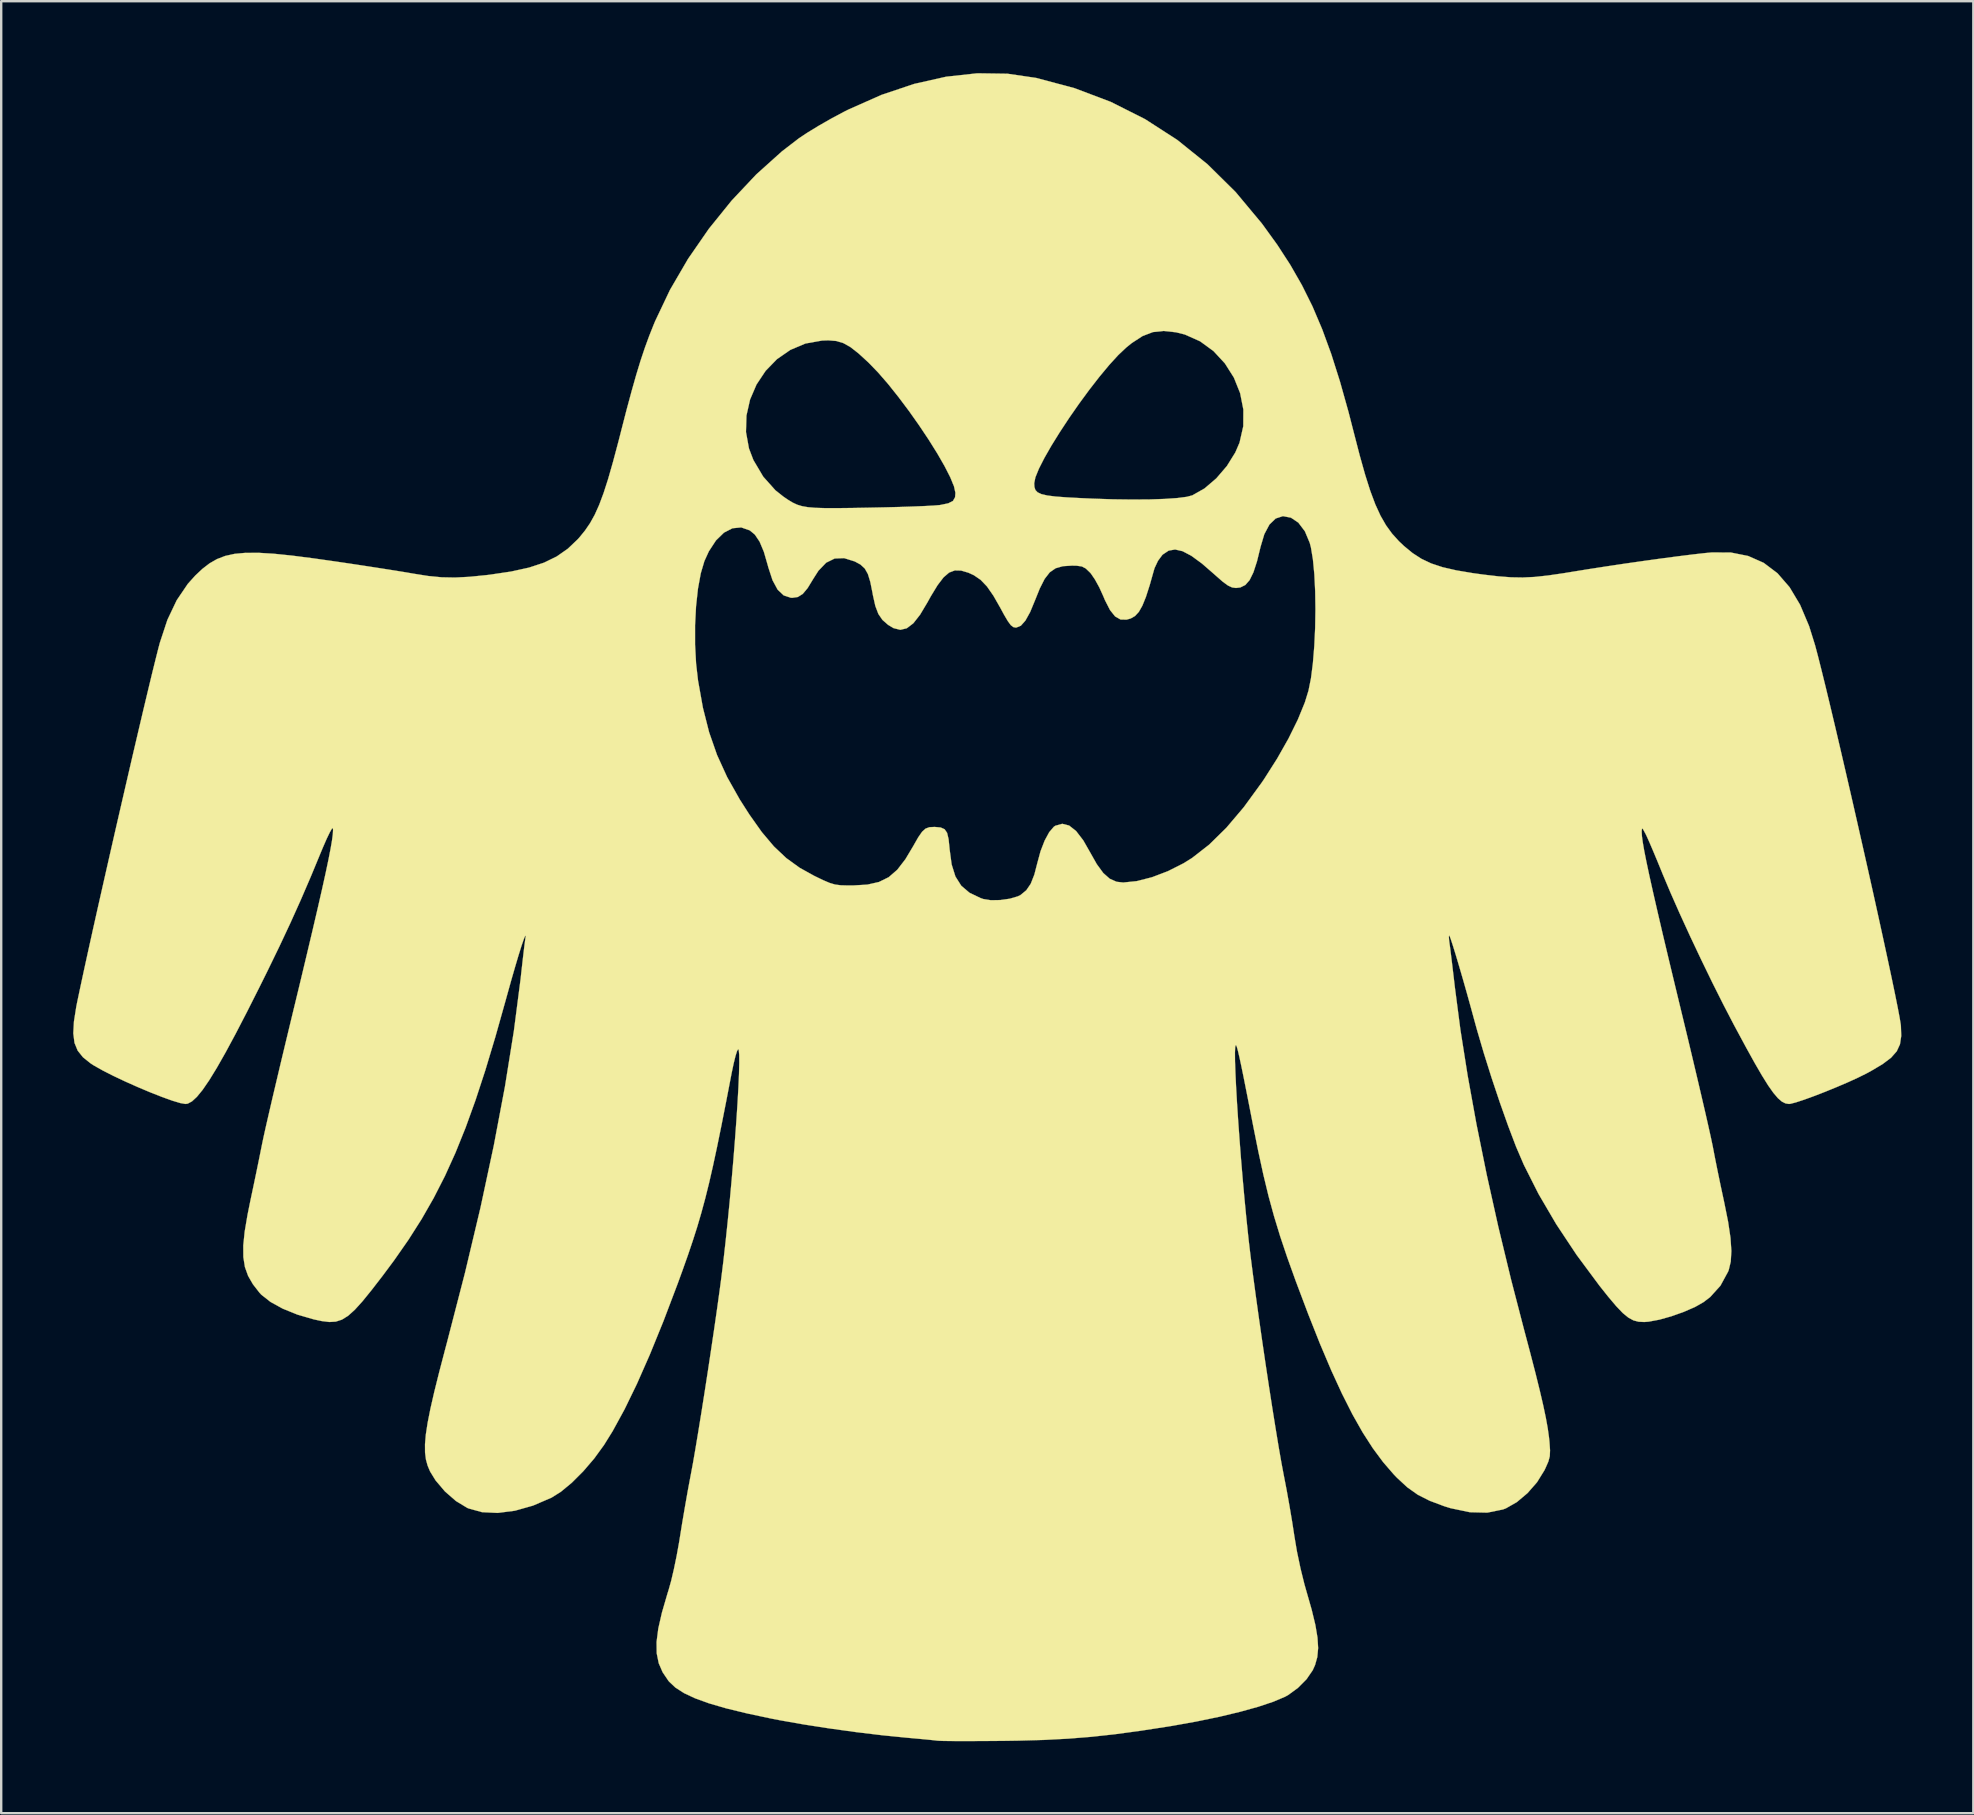
<source format=kicad_pcb>
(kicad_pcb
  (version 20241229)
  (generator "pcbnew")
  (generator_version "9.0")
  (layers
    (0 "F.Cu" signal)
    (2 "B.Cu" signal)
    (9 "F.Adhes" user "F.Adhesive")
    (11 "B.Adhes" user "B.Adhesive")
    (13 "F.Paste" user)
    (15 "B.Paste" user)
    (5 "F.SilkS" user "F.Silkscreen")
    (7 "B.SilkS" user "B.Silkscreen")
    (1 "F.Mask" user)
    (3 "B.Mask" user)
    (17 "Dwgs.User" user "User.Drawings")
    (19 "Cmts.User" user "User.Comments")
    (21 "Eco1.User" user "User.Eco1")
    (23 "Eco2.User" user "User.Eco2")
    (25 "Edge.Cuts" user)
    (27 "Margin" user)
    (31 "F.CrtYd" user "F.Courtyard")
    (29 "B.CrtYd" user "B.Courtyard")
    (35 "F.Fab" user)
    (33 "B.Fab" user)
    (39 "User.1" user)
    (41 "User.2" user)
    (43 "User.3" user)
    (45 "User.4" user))
  (footprint "F.Silk_g837"
    (layer "F.Cu")
    (at 36.157 36.102)
    (property "Reference" "F.Silk_g837" (at 0 0 0) (layer "F.SilkS") (effects (font (size 1.524 1.524) (thickness 0.3))))
    (attr through_hole)
    (fp_poly (pts (xy 2.783 -36.079) (xy 3.979 -35.904) (xy 5.577 -35.477) (xy 7.089 -34.905) (xy 8.515 -34.187) (xy 9.856 -33.322) (xy 11.113 -32.311) (xy 12.286 -31.153) (xy 13.376 -29.847) (xy 13.412 -29.799) (xy 14.023 -28.954) (xy 14.566 -28.118) (xy 15.053 -27.268) (xy 15.494 -26.38) (xy 15.898 -25.43) (xy 16.276 -24.396) (xy 16.638 -23.254) (xy 16.995 -21.981) (xy 17.215 -21.124) (xy 17.461 -20.173) (xy 17.687 -19.369) (xy 17.901 -18.695) (xy 18.112 -18.131) (xy 18.329 -17.658) (xy 18.559 -17.258) (xy 18.811 -16.911) (xy 19.093 -16.599) (xy 19.306 -16.397) (xy 19.666 -16.101) (xy 20.035 -15.862) (xy 20.443 -15.669) (xy 20.918 -15.512) (xy 21.489 -15.381) (xy 22.184 -15.264) (xy 22.645 -15.201) (xy 23.248 -15.131) (xy 23.771 -15.091) (xy 24.259 -15.083) (xy 24.757 -15.107) (xy 25.308 -15.167) (xy 25.959 -15.262) (xy 26.318 -15.321) (xy 26.999 -15.431) (xy 27.741 -15.546) (xy 28.515 -15.662) (xy 29.292 -15.773) (xy 30.042 -15.877) (xy 30.736 -15.968) (xy 31.345 -16.044) (xy 31.84 -16.1) (xy 32.131 -16.127) (xy 32.931 -16.124) (xy 33.653 -15.98) (xy 34.299 -15.694) (xy 34.873 -15.261) (xy 35.377 -14.68) (xy 35.815 -13.948) (xy 36.19 -13.061) (xy 36.44 -12.26) (xy 36.559 -11.811) (xy 36.704 -11.237) (xy 36.873 -10.552) (xy 37.061 -9.772) (xy 37.266 -8.91) (xy 37.483 -7.983) (xy 37.71 -7.005) (xy 37.944 -5.991) (xy 38.18 -4.956) (xy 38.416 -3.915) (xy 38.649 -2.883) (xy 38.874 -1.875) (xy 39.088 -0.905) (xy 39.288 0.01) (xy 39.471 0.856) (xy 39.634 1.619) (xy 39.772 2.283) (xy 39.883 2.834) (xy 39.963 3.256) (xy 40.009 3.534) (xy 40.017 3.604) (xy 40.031 4.024) (xy 39.979 4.369) (xy 39.843 4.663) (xy 39.606 4.932) (xy 39.25 5.2) (xy 38.757 5.492) (xy 38.59 5.582) (xy 38.244 5.754) (xy 37.821 5.948) (xy 37.352 6.149) (xy 36.868 6.347) (xy 36.401 6.528) (xy 35.981 6.681) (xy 35.639 6.793) (xy 35.408 6.852) (xy 35.352 6.858) (xy 35.207 6.835) (xy 35.056 6.759) (xy 34.891 6.616) (xy 34.704 6.396) (xy 34.485 6.086) (xy 34.227 5.673) (xy 33.922 5.147) (xy 33.561 4.495) (xy 33.135 3.705) (xy 33.055 3.556) (xy 32.623 2.725) (xy 32.162 1.807) (xy 31.693 0.841) (xy 31.232 -0.134) (xy 30.798 -1.081) (xy 30.41 -1.96) (xy 30.084 -2.733) (xy 30.06 -2.794) (xy 29.87 -3.257) (xy 29.691 -3.686) (xy 29.536 -4.048) (xy 29.42 -4.307) (xy 29.373 -4.403) (xy 29.273 -4.586) (xy 29.228 -4.629) (xy 29.215 -4.541) (xy 29.214 -4.47) (xy 29.224 -4.301) (xy 29.259 -4.044) (xy 29.32 -3.691) (xy 29.411 -3.235) (xy 29.531 -2.668) (xy 29.684 -1.982) (xy 29.87 -1.169) (xy 30.091 -0.221) (xy 30.35 0.868) (xy 30.648 2.108) (xy 30.913 3.204) (xy 31.126 4.086) (xy 31.331 4.946) (xy 31.525 5.766) (xy 31.703 6.525) (xy 31.861 7.205) (xy 31.993 7.786) (xy 32.096 8.25) (xy 32.165 8.576) (xy 32.183 8.665) (xy 32.266 9.098) (xy 32.374 9.636) (xy 32.495 10.221) (xy 32.617 10.792) (xy 32.654 10.964) (xy 32.816 11.772) (xy 32.915 12.44) (xy 32.951 12.986) (xy 32.926 13.426) (xy 32.841 13.78) (xy 32.816 13.843) (xy 32.497 14.43) (xy 32.074 14.899) (xy 31.798 15.113) (xy 31.435 15.32) (xy 30.968 15.523) (xy 30.454 15.706) (xy 29.948 15.848) (xy 29.504 15.931) (xy 29.32 15.945) (xy 29.086 15.934) (xy 28.871 15.878) (xy 28.657 15.761) (xy 28.423 15.569) (xy 28.151 15.284) (xy 27.819 14.891) (xy 27.45 14.427) (xy 26.503 13.15) (xy 25.653 11.869) (xy 24.915 10.609) (xy 24.301 9.391) (xy 23.977 8.636) (xy 23.647 7.767) (xy 23.3 6.789) (xy 22.956 5.76) (xy 22.634 4.737) (xy 22.352 3.777) (xy 22.256 3.429) (xy 22.093 2.831) (xy 21.926 2.23) (xy 21.761 1.649) (xy 21.604 1.111) (xy 21.463 0.638) (xy 21.344 0.254) (xy 21.255 -0.018) (xy 21.201 -0.157) (xy 21.194 -0.168) (xy 21.176 -0.123) (xy 21.188 0.043) (xy 21.199 0.127) (xy 21.226 0.321) (xy 21.267 0.649) (xy 21.319 1.075) (xy 21.377 1.564) (xy 21.427 1.99) (xy 21.659 3.768) (xy 21.961 5.678) (xy 22.327 7.696) (xy 22.754 9.801) (xy 23.237 11.972) (xy 23.772 14.186) (xy 24.298 16.214) (xy 24.564 17.217) (xy 24.786 18.074) (xy 24.966 18.802) (xy 25.109 19.416) (xy 25.218 19.933) (xy 25.297 20.369) (xy 25.349 20.741) (xy 25.371 20.953) (xy 25.394 21.294) (xy 25.383 21.539) (xy 25.325 21.759) (xy 25.208 22.025) (xy 25.157 22.131) (xy 24.853 22.622) (xy 24.457 23.075) (xy 24.011 23.451) (xy 23.555 23.711) (xy 23.435 23.757) (xy 22.78 23.89) (xy 22.053 23.873) (xy 21.25 23.705) (xy 20.985 23.623) (xy 20.375 23.394) (xy 19.88 23.143) (xy 19.444 22.834) (xy 19.012 22.434) (xy 18.872 22.287) (xy 18.436 21.782) (xy 18.009 21.206) (xy 17.585 20.547) (xy 17.159 19.795) (xy 16.725 18.936) (xy 16.276 17.96) (xy 15.807 16.854) (xy 15.312 15.606) (xy 14.784 14.206) (xy 14.781 14.196) (xy 14.44 13.247) (xy 14.148 12.377) (xy 13.893 11.541) (xy 13.663 10.7) (xy 13.448 9.811) (xy 13.235 8.832) (xy 13.042 7.87) (xy 12.872 7.001) (xy 12.731 6.285) (xy 12.616 5.707) (xy 12.523 5.255) (xy 12.45 4.916) (xy 12.394 4.674) (xy 12.352 4.517) (xy 12.322 4.431) (xy 12.299 4.403) (xy 12.297 4.403) (xy 12.272 4.484) (xy 12.262 4.717) (xy 12.265 5.084) (xy 12.282 5.568) (xy 12.31 6.152) (xy 12.348 6.818) (xy 12.396 7.55) (xy 12.452 8.33) (xy 12.514 9.141) (xy 12.583 9.966) (xy 12.657 10.787) (xy 12.734 11.588) (xy 12.814 12.351) (xy 12.833 12.528) (xy 12.91 13.179) (xy 13.008 13.944) (xy 13.123 14.799) (xy 13.251 15.718) (xy 13.388 16.676) (xy 13.531 17.648) (xy 13.676 18.607) (xy 13.819 19.528) (xy 13.957 20.387) (xy 14.084 21.157) (xy 14.199 21.814) (xy 14.296 22.33) (xy 14.307 22.384) (xy 14.419 22.966) (xy 14.537 23.624) (xy 14.647 24.278) (xy 14.735 24.848) (xy 14.736 24.857) (xy 14.846 25.509) (xy 14.993 26.21) (xy 15.157 26.875) (xy 15.242 27.173) (xy 15.461 27.939) (xy 15.614 28.573) (xy 15.702 29.097) (xy 15.729 29.535) (xy 15.694 29.909) (xy 15.601 30.241) (xy 15.503 30.459) (xy 15.245 30.834) (xy 14.884 31.197) (xy 14.479 31.492) (xy 14.351 31.563) (xy 13.87 31.767) (xy 13.24 31.978) (xy 12.481 32.189) (xy 11.614 32.397) (xy 10.657 32.595) (xy 9.632 32.779) (xy 9.457 32.807) (xy 8.296 32.986) (xy 7.248 33.127) (xy 6.266 33.234) (xy 5.299 33.311) (xy 4.298 33.363) (xy 3.213 33.393) (xy 2.625 33.402) (xy 1.979 33.407) (xy 1.377 33.41) (xy 0.844 33.411) (xy 0.403 33.409) (xy 0.079 33.404) (xy -0.106 33.397) (xy -0.127 33.395) (xy -0.309 33.374) (xy -0.617 33.343) (xy -1.007 33.307) (xy -1.438 33.268) (xy -1.439 33.268) (xy -2.439 33.168) (xy -3.521 33.038) (xy -4.629 32.885) (xy -5.706 32.718) (xy -6.695 32.544) (xy -7.07 32.471) (xy -8.085 32.255) (xy -8.944 32.046) (xy -9.658 31.838) (xy -10.241 31.627) (xy -10.703 31.41) (xy -11.059 31.18) (xy -11.32 30.934) (xy -11.352 30.895) (xy -11.591 30.541) (xy -11.753 30.167) (xy -11.837 29.753) (xy -11.843 29.278) (xy -11.771 28.719) (xy -11.62 28.057) (xy -11.391 27.27) (xy -11.339 27.104) (xy -11.234 26.73) (xy -11.12 26.242) (xy -11.007 25.694) (xy -10.907 25.142) (xy -10.875 24.945) (xy -10.778 24.34) (xy -10.662 23.659) (xy -10.542 22.978) (xy -10.429 22.374) (xy -10.412 22.286) (xy -10.326 21.826) (xy -10.222 21.224) (xy -10.103 20.509) (xy -9.973 19.708) (xy -9.837 18.847) (xy -9.699 17.955) (xy -9.564 17.057) (xy -9.434 16.181) (xy -9.315 15.354) (xy -9.211 14.603) (xy -9.149 14.139) (xy -9.057 13.398) (xy -8.967 12.6) (xy -8.879 11.763) (xy -8.794 10.903) (xy -8.715 10.036) (xy -8.641 9.178) (xy -8.575 8.346) (xy -8.517 7.556) (xy -8.469 6.825) (xy -8.432 6.168) (xy -8.407 5.602) (xy -8.396 5.144) (xy -8.399 4.81) (xy -8.417 4.616) (xy -8.442 4.572) (xy -8.488 4.65) (xy -8.555 4.863) (xy -8.632 5.177) (xy -8.713 5.562) (xy -8.714 5.567) (xy -8.939 6.734) (xy -9.14 7.755) (xy -9.323 8.651) (xy -9.493 9.442) (xy -9.655 10.15) (xy -9.815 10.794) (xy -9.978 11.396) (xy -10.148 11.977) (xy -10.333 12.556) (xy -10.536 13.156) (xy -10.763 13.796) (xy -10.969 14.361) (xy -11.558 15.913) (xy -12.123 17.301) (xy -12.663 18.525) (xy -13.179 19.587) (xy -13.673 20.491) (xy -14.032 21.069) (xy -14.443 21.635) (xy -14.901 22.169) (xy -15.374 22.642) (xy -15.833 23.022) (xy -16.222 23.266) (xy -16.993 23.597) (xy -17.747 23.81) (xy -18.463 23.902) (xy -19.116 23.871) (xy -19.685 23.713) (xy -19.732 23.693) (xy -20.204 23.407) (xy -20.662 23.008) (xy -21.054 22.546) (xy -21.283 22.173) (xy -21.384 21.934) (xy -21.455 21.676) (xy -21.492 21.383) (xy -21.494 21.04) (xy -21.459 20.632) (xy -21.384 20.143) (xy -21.268 19.558) (xy -21.109 18.863) (xy -20.904 18.04) (xy -20.652 17.076) (xy -20.567 16.757) (xy -19.828 13.898) (xy -19.181 11.177) (xy -18.627 8.591) (xy -18.163 6.138) (xy -17.79 3.815) (xy -17.506 1.618) (xy -17.487 1.439) (xy -17.436 0.984) (xy -17.389 0.575) (xy -17.35 0.247) (xy -17.322 0.038) (xy -17.316 0) (xy -17.298 -0.149) (xy -17.32 -0.147) (xy -17.378 -0.007) (xy -17.469 0.258) (xy -17.588 0.636) (xy -17.731 1.115) (xy -17.894 1.68) (xy -18.073 2.321) (xy -18.133 2.538) (xy -18.564 4.069) (xy -18.98 5.452) (xy -19.39 6.703) (xy -19.802 7.843) (xy -20.224 8.89) (xy -20.665 9.862) (xy -21.133 10.778) (xy -21.636 11.657) (xy -22.183 12.517) (xy -22.783 13.377) (xy -23.271 14.033) (xy -23.728 14.624) (xy -24.105 15.088) (xy -24.423 15.439) (xy -24.701 15.688) (xy -24.958 15.847) (xy -25.212 15.929) (xy -25.485 15.945) (xy -25.793 15.907) (xy -26.131 15.835) (xy -26.812 15.637) (xy -27.424 15.389) (xy -27.937 15.106) (xy -28.32 14.803) (xy -28.394 14.722) (xy -28.666 14.372) (xy -28.866 14.025) (xy -28.999 13.656) (xy -29.065 13.241) (xy -29.068 12.755) (xy -29.009 12.176) (xy -28.891 11.478) (xy -28.77 10.88) (xy -28.651 10.318) (xy -28.528 9.73) (xy -28.413 9.17) (xy -28.317 8.693) (xy -28.28 8.509) (xy -28.224 8.243) (xy -28.133 7.832) (xy -28.01 7.297) (xy -27.862 6.657) (xy -27.691 5.932) (xy -27.504 5.142) (xy -27.304 4.307) (xy -27.097 3.446) (xy -27.052 3.26) (xy -26.721 1.892) (xy -26.431 0.679) (xy -26.179 -0.385) (xy -25.963 -1.31) (xy -25.782 -2.103) (xy -25.634 -2.773) (xy -25.517 -3.328) (xy -25.43 -3.776) (xy -25.37 -4.125) (xy -25.336 -4.383) (xy -25.326 -4.559) (xy -25.333 -4.638) (xy -25.373 -4.618) (xy -25.462 -4.463) (xy -25.59 -4.198) (xy -25.744 -3.845) (xy -25.812 -3.683) (xy -26.249 -2.628) (xy -26.671 -1.648) (xy -27.1 -0.695) (xy -27.557 0.28) (xy -28.065 1.326) (xy -28.373 1.947) (xy -28.91 3.012) (xy -29.385 3.929) (xy -29.803 4.705) (xy -30.169 5.349) (xy -30.487 5.868) (xy -30.762 6.269) (xy -31 6.56) (xy -31.205 6.749) (xy -31.382 6.844) (xy -31.475 6.858) (xy -31.69 6.821) (xy -32.027 6.72) (xy -32.455 6.566) (xy -32.946 6.373) (xy -33.468 6.153) (xy -33.993 5.919) (xy -34.492 5.683) (xy -34.934 5.458) (xy -35.29 5.257) (xy -35.433 5.165) (xy -35.748 4.912) (xy -35.969 4.636) (xy -36.102 4.312) (xy -36.152 3.915) (xy -36.125 3.419) (xy -36.027 2.799) (xy -35.988 2.603) (xy -35.865 2.021) (xy -35.714 1.317) (xy -35.537 0.508) (xy -35.339 -0.387) (xy -35.123 -1.352) (xy -34.893 -2.37) (xy -34.654 -3.424) (xy -34.41 -4.495) (xy -34.163 -5.568) (xy -33.919 -6.625) (xy -33.682 -7.649) (xy -33.454 -8.622) (xy -33.241 -9.528) (xy -33.045 -10.349) (xy -32.872 -11.068) (xy -32.724 -11.667) (xy -32.607 -12.131) (xy -32.566 -12.285) (xy -10.239 -12.285) (xy -10.196 -11.49) (xy -10.116 -10.795) (xy -9.912 -9.654) (xy -9.653 -8.633) (xy -9.323 -7.687) (xy -8.904 -6.769) (xy -8.378 -5.835) (xy -7.977 -5.207) (xy -7.457 -4.473) (xy -6.953 -3.876) (xy -6.437 -3.389) (xy -5.882 -2.987) (xy -5.271 -2.648) (xy -4.902 -2.47) (xy -4.63 -2.354) (xy -4.404 -2.287) (xy -4.168 -2.256) (xy -3.871 -2.248) (xy -3.641 -2.249) (xy -3.056 -2.284) (xy -2.575 -2.393) (xy -2.17 -2.592) (xy -1.812 -2.902) (xy -1.473 -3.342) (xy -1.144 -3.893) (xy -0.939 -4.253) (xy -0.778 -4.486) (xy -0.632 -4.618) (xy -0.47 -4.677) (xy -0.263 -4.687) (xy -0.244 -4.687) (xy -0.001 -4.664) (xy 0.162 -4.592) (xy 0.265 -4.441) (xy 0.327 -4.18) (xy 0.368 -3.781) (xy 0.369 -3.763) (xy 0.455 -3.123) (xy 0.612 -2.622) (xy 0.856 -2.236) (xy 1.2 -1.944) (xy 1.66 -1.723) (xy 1.777 -1.683) (xy 2.088 -1.633) (xy 2.478 -1.64) (xy 2.876 -1.696) (xy 3.211 -1.794) (xy 3.325 -1.85) (xy 3.564 -2.046) (xy 3.751 -2.319) (xy 3.902 -2.702) (xy 4.024 -3.175) (xy 4.16 -3.676) (xy 4.331 -4.118) (xy 4.521 -4.469) (xy 4.714 -4.695) (xy 4.776 -4.737) (xy 5.065 -4.818) (xy 5.351 -4.746) (xy 5.641 -4.518) (xy 5.94 -4.129) (xy 6.213 -3.651) (xy 6.504 -3.136) (xy 6.774 -2.767) (xy 7.043 -2.529) (xy 7.329 -2.402) (xy 7.605 -2.371) (xy 8.17 -2.429) (xy 8.807 -2.592) (xy 9.471 -2.845) (xy 10.116 -3.171) (xy 10.476 -3.395) (xy 11.187 -3.949) (xy 11.904 -4.653) (xy 12.632 -5.512) (xy 13.376 -6.533) (xy 13.482 -6.689) (xy 14.022 -7.538) (xy 14.493 -8.37) (xy 14.882 -9.159) (xy 15.175 -9.875) (xy 15.328 -10.372) (xy 15.431 -10.886) (xy 15.511 -11.516) (xy 15.569 -12.226) (xy 15.605 -12.985) (xy 15.617 -13.758) (xy 15.606 -14.513) (xy 15.571 -15.217) (xy 15.512 -15.835) (xy 15.429 -16.336) (xy 15.38 -16.525) (xy 15.177 -17.01) (xy 14.904 -17.37) (xy 14.596 -17.577) (xy 14.262 -17.641) (xy 13.961 -17.543) (xy 13.7 -17.291) (xy 13.486 -16.889) (xy 13.329 -16.362) (xy 13.18 -15.754) (xy 13.031 -15.297) (xy 12.873 -14.975) (xy 12.695 -14.772) (xy 12.487 -14.669) (xy 12.305 -14.647) (xy 12.144 -14.669) (xy 11.972 -14.749) (xy 11.756 -14.906) (xy 11.461 -15.164) (xy 11.41 -15.21) (xy 10.887 -15.665) (xy 10.448 -15.986) (xy 10.08 -16.18) (xy 9.768 -16.251) (xy 9.499 -16.204) (xy 9.26 -16.045) (xy 9.23 -16.016) (xy 9.053 -15.777) (xy 8.913 -15.479) (xy 8.889 -15.402) (xy 8.709 -14.764) (xy 8.551 -14.273) (xy 8.403 -13.908) (xy 8.256 -13.65) (xy 8.098 -13.479) (xy 7.918 -13.376) (xy 7.746 -13.328) (xy 7.493 -13.333) (xy 7.268 -13.461) (xy 7.057 -13.724) (xy 6.845 -14.138) (xy 6.771 -14.314) (xy 6.609 -14.671) (xy 6.426 -15.003) (xy 6.257 -15.25) (xy 6.222 -15.289) (xy 6.046 -15.458) (xy 5.883 -15.544) (xy 5.664 -15.575) (xy 5.468 -15.579) (xy 5.089 -15.555) (xy 4.789 -15.469) (xy 4.544 -15.3) (xy 4.331 -15.026) (xy 4.128 -14.626) (xy 3.942 -14.164) (xy 3.728 -13.647) (xy 3.529 -13.288) (xy 3.339 -13.074) (xy 3.15 -12.997) (xy 3.13 -12.996) (xy 3.024 -13.017) (xy 2.92 -13.098) (xy 2.798 -13.263) (xy 2.636 -13.538) (xy 2.494 -13.801) (xy 2.197 -14.322) (xy 1.929 -14.708) (xy 1.664 -14.985) (xy 1.379 -15.18) (xy 1.154 -15.283) (xy 0.849 -15.373) (xy 0.588 -15.379) (xy 0.349 -15.289) (xy 0.116 -15.088) (xy -0.132 -14.763) (xy -0.414 -14.3) (xy -0.553 -14.049) (xy -0.861 -13.533) (xy -1.143 -13.175) (xy -1.414 -12.968) (xy -1.684 -12.903) (xy -1.968 -12.974) (xy -2.196 -13.111) (xy -2.429 -13.316) (xy -2.599 -13.564) (xy -2.725 -13.895) (xy -2.827 -14.349) (xy -2.842 -14.436) (xy -2.935 -14.9) (xy -3.036 -15.229) (xy -3.166 -15.459) (xy -3.344 -15.623) (xy -3.584 -15.753) (xy -4.027 -15.891) (xy -4.421 -15.875) (xy -4.775 -15.701) (xy -5.098 -15.364) (xy -5.313 -15.027) (xy -5.546 -14.644) (xy -5.751 -14.399) (xy -5.956 -14.271) (xy -6.186 -14.237) (xy -6.25 -14.241) (xy -6.546 -14.338) (xy -6.798 -14.578) (xy -7.01 -14.97) (xy -7.19 -15.52) (xy -7.205 -15.581) (xy -7.371 -16.154) (xy -7.549 -16.578) (xy -7.749 -16.874) (xy -7.959 -17.047) (xy -8.316 -17.171) (xy -8.679 -17.136) (xy -9.034 -16.953) (xy -9.367 -16.629) (xy -9.664 -16.175) (xy -9.85 -15.768) (xy -10.001 -15.258) (xy -10.118 -14.619) (xy -10.198 -13.886) (xy -10.239 -13.096) (xy -10.239 -12.285) (xy -32.566 -12.285) (xy -32.546 -12.361) (xy -32.229 -13.321) (xy -31.842 -14.136) (xy -31.379 -14.819) (xy -31.068 -15.165) (xy -30.771 -15.444) (xy -30.475 -15.672) (xy -30.165 -15.85) (xy -29.822 -15.982) (xy -29.43 -16.069) (xy -28.972 -16.111) (xy -28.43 -16.112) (xy -27.787 -16.073) (xy -27.027 -15.995) (xy -26.133 -15.88) (xy -25.273 -15.758) (xy -24.6 -15.659) (xy -23.93 -15.557) (xy -23.296 -15.459) (xy -22.731 -15.37) (xy -22.27 -15.295) (xy -21.971 -15.243) (xy -21.36 -15.146) (xy -20.802 -15.092) (xy -20.243 -15.081) (xy -19.632 -15.113) (xy -18.916 -15.185) (xy -18.793 -15.2) (xy -17.905 -15.332) (xy -17.159 -15.496) (xy -16.533 -15.702) (xy -16.003 -15.961) (xy -15.543 -16.282) (xy -15.13 -16.675) (xy -15.064 -16.748) (xy -14.828 -17.037) (xy -14.616 -17.347) (xy -14.421 -17.697) (xy -14.236 -18.108) (xy -14.053 -18.598) (xy -13.863 -19.187) (xy -13.66 -19.896) (xy -13.434 -20.744) (xy -13.34 -21.11) (xy -13.331 -21.147) (xy -8.117 -21.147) (xy -7.993 -20.463) (xy -7.809 -19.98) (xy -7.397 -19.285) (xy -6.891 -18.719) (xy -6.553 -18.451) (xy -6.349 -18.313) (xy -6.166 -18.203) (xy -5.983 -18.118) (xy -5.779 -18.056) (xy -5.532 -18.013) (xy -5.221 -17.987) (xy -4.823 -17.975) (xy -4.319 -17.974) (xy -3.685 -17.981) (xy -3.006 -17.993) (xy -2.342 -18.007) (xy -1.713 -18.023) (xy -1.143 -18.042) (xy -0.66 -18.062) (xy -0.287 -18.082) (xy -0.052 -18.101) (xy -0.019 -18.106) (xy 0.314 -18.175) (xy 0.51 -18.275) (xy 0.598 -18.429) (xy 0.612 -18.613) (xy 0.553 -18.883) (xy 0.5 -19.011) (xy 3.895 -19.011) (xy 3.905 -18.854) (xy 3.946 -18.73) (xy 4.038 -18.633) (xy 4.198 -18.558) (xy 4.443 -18.501) (xy 4.793 -18.457) (xy 5.265 -18.422) (xy 5.876 -18.39) (xy 6.333 -18.37) (xy 7.183 -18.342) (xy 7.98 -18.332) (xy 8.706 -18.337) (xy 9.34 -18.359) (xy 9.862 -18.395) (xy 10.254 -18.446) (xy 10.486 -18.507) (xy 10.995 -18.796) (xy 11.486 -19.216) (xy 11.925 -19.728) (xy 12.277 -20.294) (xy 12.453 -20.702) (xy 12.609 -21.387) (xy 12.613 -22.083) (xy 12.478 -22.767) (xy 12.217 -23.416) (xy 11.842 -24.008) (xy 11.369 -24.519) (xy 10.808 -24.928) (xy 10.173 -25.211) (xy 9.805 -25.303) (xy 9.293 -25.359) (xy 8.844 -25.312) (xy 8.416 -25.149) (xy 7.967 -24.858) (xy 7.728 -24.665) (xy 7.396 -24.351) (xy 7.02 -23.94) (xy 6.614 -23.451) (xy 6.191 -22.907) (xy 5.765 -22.327) (xy 5.351 -21.732) (xy 4.963 -21.143) (xy 4.614 -20.581) (xy 4.319 -20.065) (xy 4.091 -19.617) (xy 3.945 -19.258) (xy 3.895 -19.011) (xy 0.5 -19.011) (xy 0.398 -19.26) (xy 0.161 -19.724) (xy -0.143 -20.253) (xy -0.502 -20.827) (xy -0.901 -21.425) (xy -1.326 -22.026) (xy -1.763 -22.608) (xy -2.197 -23.152) (xy -2.616 -23.634) (xy -3.005 -24.036) (xy -3.016 -24.047) (xy -3.426 -24.423) (xy -3.762 -24.686) (xy -4.06 -24.853) (xy -4.355 -24.941) (xy -4.684 -24.968) (xy -4.95 -24.958) (xy -5.64 -24.835) (xy -6.269 -24.569) (xy -6.826 -24.183) (xy -7.3 -23.695) (xy -7.677 -23.128) (xy -7.947 -22.5) (xy -8.097 -21.833) (xy -8.117 -21.147) (xy -13.331 -21.147) (xy -13.1 -22.045) (xy -12.886 -22.84) (xy -12.693 -23.522) (xy -12.512 -24.116) (xy -12.334 -24.649) (xy -12.152 -25.147) (xy -11.958 -25.635) (xy -11.903 -25.767) (xy -11.283 -27.072) (xy -10.53 -28.364) (xy -9.665 -29.615) (xy -8.711 -30.796) (xy -7.688 -31.882) (xy -6.619 -32.843) (xy -5.92 -33.381) (xy -5.551 -33.627) (xy -5.08 -33.914) (xy -4.559 -34.212) (xy -4.039 -34.49) (xy -3.852 -34.584) (xy -2.468 -35.198) (xy -1.106 -35.655) (xy 0.227 -35.955) (xy 1.525 -36.097) (xy 2.783 -36.079)) (stroke (width 0.01) (type solid)) (fill yes) (layer "F.SilkS")))
  (gr_rect
    (start -3 -3)
    (end 79.193 72.518)
    (stroke (width 0.1) (type default))
    (fill no)
    (layer "Edge.Cuts")))
</source>
